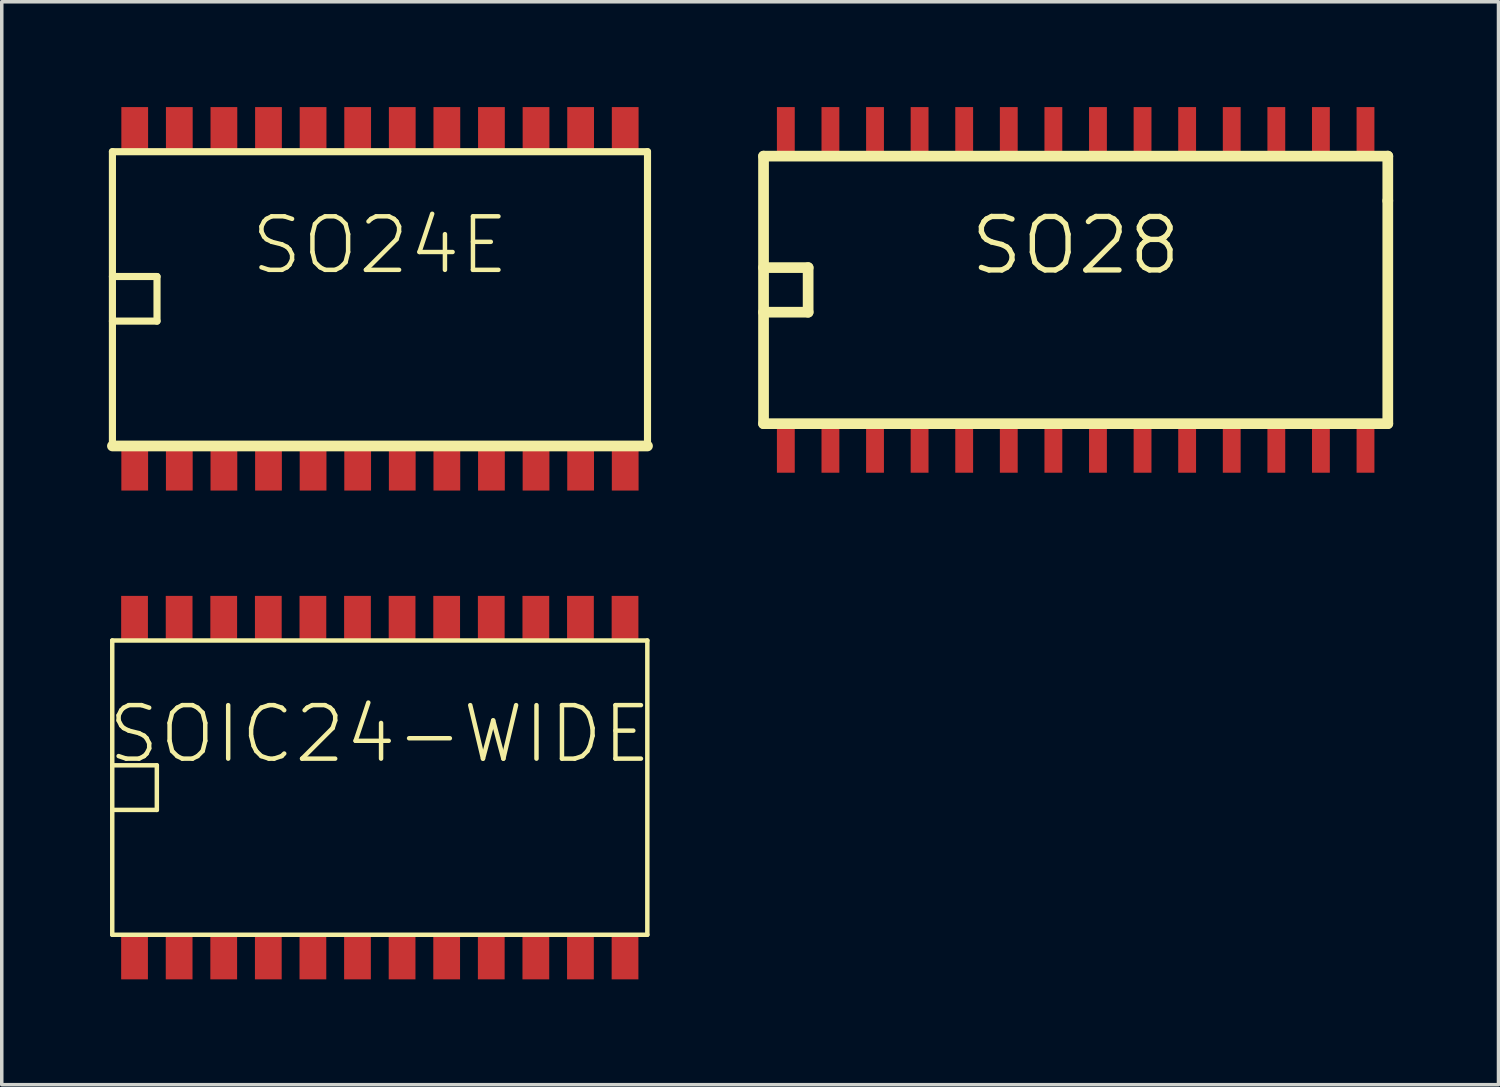
<source format=kicad_pcb>
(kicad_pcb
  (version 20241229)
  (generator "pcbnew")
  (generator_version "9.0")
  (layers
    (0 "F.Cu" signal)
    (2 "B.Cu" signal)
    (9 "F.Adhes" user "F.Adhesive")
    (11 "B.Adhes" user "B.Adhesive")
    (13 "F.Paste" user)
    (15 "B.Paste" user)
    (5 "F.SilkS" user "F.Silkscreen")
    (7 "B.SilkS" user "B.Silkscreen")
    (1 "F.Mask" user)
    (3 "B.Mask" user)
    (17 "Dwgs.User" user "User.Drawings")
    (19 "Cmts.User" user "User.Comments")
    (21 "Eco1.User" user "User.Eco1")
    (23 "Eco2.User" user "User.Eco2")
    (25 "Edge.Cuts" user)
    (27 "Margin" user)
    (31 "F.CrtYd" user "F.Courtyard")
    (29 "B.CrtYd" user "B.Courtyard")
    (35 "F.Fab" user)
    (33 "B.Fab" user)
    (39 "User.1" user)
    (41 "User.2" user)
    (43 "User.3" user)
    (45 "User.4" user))
  (footprint "SO24E"
    (layer "F.Cu")
    (at 7.772 5.461)
    (property "Reference" "SO24E" (at 0 -1.524 0) (layer "F.SilkS") (effects (font (size 1.524 1.524) (thickness 0.127))))
    (attr smd)
    (fp_line (start -7.62 -4.191) (end -7.62 4.191) (stroke (width 0.203) (type solid)) (layer "F.SilkS"))
    (fp_line (start -7.62 -0.635) (end -6.35 -0.635) (stroke (width 0.203) (type solid)) (layer "F.SilkS"))
    (fp_line (start -7.62 4.191) (end 7.62 4.191) (stroke (width 0.305) (type solid)) (layer "F.SilkS"))
    (fp_line (start -6.35 -0.635) (end -6.35 0.635) (stroke (width 0.203) (type solid)) (layer "F.SilkS"))
    (fp_line (start -6.35 0.635) (end -7.62 0.635) (stroke (width 0.203) (type solid)) (layer "F.SilkS"))
    (fp_line (start 7.62 -4.191) (end -7.62 -4.191) (stroke (width 0.203) (type solid)) (layer "F.SilkS"))
    (fp_line (start 7.62 4.191) (end 7.62 -4.191) (stroke (width 0.203) (type solid)) (layer "F.SilkS"))
    (pad "1" smd rect (at -6.985 4.826) (size 0.762 1.27) (layers "F.Cu" "F.Mask" "F.Paste"))
    (pad "2" smd rect (at -5.715 4.826) (size 0.762 1.27) (layers "F.Cu" "F.Mask" "F.Paste"))
    (pad "3" smd rect (at -4.445 4.826) (size 0.762 1.27) (layers "F.Cu" "F.Mask" "F.Paste"))
    (pad "4" smd rect (at -3.175 4.826) (size 0.762 1.27) (layers "F.Cu" "F.Mask" "F.Paste"))
    (pad "5" smd rect (at -1.905 4.826) (size 0.762 1.27) (layers "F.Cu" "F.Mask" "F.Paste"))
    (pad "6" smd rect (at -0.635 4.826) (size 0.762 1.27) (layers "F.Cu" "F.Mask" "F.Paste"))
    (pad "7" smd rect (at 0.635 4.826) (size 0.762 1.27) (layers "F.Cu" "F.Mask" "F.Paste"))
    (pad "8" smd rect (at 1.905 4.826) (size 0.762 1.27) (layers "F.Cu" "F.Mask" "F.Paste"))
    (pad "9" smd rect (at 3.175 4.826) (size 0.762 1.27) (layers "F.Cu" "F.Mask" "F.Paste"))
    (pad "10" smd rect (at 4.445 4.826) (size 0.762 1.27) (layers "F.Cu" "F.Mask" "F.Paste"))
    (pad "11" smd rect (at 5.715 4.826) (size 0.762 1.27) (layers "F.Cu" "F.Mask" "F.Paste"))
    (pad "12" smd rect (at 6.985 4.826) (size 0.762 1.27) (layers "F.Cu" "F.Mask" "F.Paste"))
    (pad "13" smd rect (at 6.985 -4.826) (size 0.762 1.27) (layers "F.Cu" "F.Mask" "F.Paste"))
    (pad "14" smd rect (at 5.715 -4.826) (size 0.762 1.27) (layers "F.Cu" "F.Mask" "F.Paste"))
    (pad "15" smd rect (at 4.445 -4.826) (size 0.762 1.27) (layers "F.Cu" "F.Mask" "F.Paste"))
    (pad "16" smd rect (at 3.175 -4.826) (size 0.762 1.27) (layers "F.Cu" "F.Mask" "F.Paste"))
    (pad "17" smd rect (at 1.905 -4.826) (size 0.762 1.27) (layers "F.Cu" "F.Mask" "F.Paste"))
    (pad "18" smd rect (at 0.635 -4.826) (size 0.762 1.27) (layers "F.Cu" "F.Mask" "F.Paste"))
    (pad "19" smd rect (at -0.635 -4.826) (size 0.762 1.27) (layers "F.Cu" "F.Mask" "F.Paste"))
    (pad "20" smd rect (at -1.905 -4.826) (size 0.762 1.27) (layers "F.Cu" "F.Mask" "F.Paste"))
    (pad "21" smd rect (at -3.175 -4.826) (size 0.762 1.27) (layers "F.Cu" "F.Mask" "F.Paste"))
    (pad "22" smd rect (at -4.445 -4.826) (size 0.762 1.27) (layers "F.Cu" "F.Mask" "F.Paste"))
    (pad "23" smd rect (at -5.715 -4.826) (size 0.762 1.27) (layers "F.Cu" "F.Mask" "F.Paste"))
    (pad "24" smd rect (at -6.985 -4.826) (size 0.762 1.27) (layers "F.Cu" "F.Mask" "F.Paste")))
  (footprint "SOIC24-WIDE"
    (layer "F.Cu")
    (at 7.767 19.383)
    (property "Reference" "SOIC24-WIDE" (at 0 -1.524 0) (layer "F.SilkS") (effects (font (size 1.524 1.524) (thickness 0.127))))
    (attr smd)
    (fp_line (start -7.62 -4.191) (end -7.62 4.191) (stroke (width 0.127) (type solid)) (layer "F.SilkS"))
    (fp_line (start -7.62 -0.635) (end -6.35 -0.635) (stroke (width 0.127) (type solid)) (layer "F.SilkS"))
    (fp_line (start -7.62 4.191) (end 7.62 4.191) (stroke (width 0.127) (type solid)) (layer "F.SilkS"))
    (fp_line (start -6.35 -0.635) (end -6.35 0.635) (stroke (width 0.127) (type solid)) (layer "F.SilkS"))
    (fp_line (start -6.35 0.635) (end -7.62 0.635) (stroke (width 0.127) (type solid)) (layer "F.SilkS"))
    (fp_line (start 7.62 -4.191) (end -7.62 -4.191) (stroke (width 0.127) (type solid)) (layer "F.SilkS"))
    (fp_line (start 7.62 4.191) (end 7.62 -4.191) (stroke (width 0.127) (type solid)) (layer "F.SilkS"))
    (pad "1" smd rect (at -6.985 4.826) (size 0.762 1.27) (layers "F.Cu" "F.Mask" "F.Paste"))
    (pad "2" smd rect (at -5.715 4.826) (size 0.762 1.27) (layers "F.Cu" "F.Mask" "F.Paste"))
    (pad "3" smd rect (at -4.445 4.826) (size 0.762 1.27) (layers "F.Cu" "F.Mask" "F.Paste"))
    (pad "4" smd rect (at -3.175 4.826) (size 0.762 1.27) (layers "F.Cu" "F.Mask" "F.Paste"))
    (pad "5" smd rect (at -1.905 4.826) (size 0.762 1.27) (layers "F.Cu" "F.Mask" "F.Paste"))
    (pad "6" smd rect (at -0.635 4.826) (size 0.762 1.27) (layers "F.Cu" "F.Mask" "F.Paste"))
    (pad "7" smd rect (at 0.635 4.826) (size 0.762 1.27) (layers "F.Cu" "F.Mask" "F.Paste"))
    (pad "8" smd rect (at 1.905 4.826) (size 0.762 1.27) (layers "F.Cu" "F.Mask" "F.Paste"))
    (pad "9" smd rect (at 3.175 4.826) (size 0.762 1.27) (layers "F.Cu" "F.Mask" "F.Paste"))
    (pad "10" smd rect (at 4.445 4.826) (size 0.762 1.27) (layers "F.Cu" "F.Mask" "F.Paste"))
    (pad "11" smd rect (at 5.715 4.826) (size 0.762 1.27) (layers "F.Cu" "F.Mask" "F.Paste"))
    (pad "12" smd rect (at 6.985 4.826) (size 0.762 1.27) (layers "F.Cu" "F.Mask" "F.Paste"))
    (pad "13" smd rect (at 6.985 -4.826) (size 0.762 1.27) (layers "F.Cu" "F.Mask" "F.Paste"))
    (pad "14" smd rect (at 5.715 -4.826) (size 0.762 1.27) (layers "F.Cu" "F.Mask" "F.Paste"))
    (pad "15" smd rect (at 4.445 -4.826) (size 0.762 1.27) (layers "F.Cu" "F.Mask" "F.Paste"))
    (pad "16" smd rect (at 3.175 -4.826) (size 0.762 1.27) (layers "F.Cu" "F.Mask" "F.Paste"))
    (pad "17" smd rect (at 1.905 -4.826) (size 0.762 1.27) (layers "F.Cu" "F.Mask" "F.Paste"))
    (pad "18" smd rect (at 0.635 -4.826) (size 0.762 1.27) (layers "F.Cu" "F.Mask" "F.Paste"))
    (pad "19" smd rect (at -0.635 -4.826) (size 0.762 1.27) (layers "F.Cu" "F.Mask" "F.Paste"))
    (pad "20" smd rect (at -1.905 -4.826) (size 0.762 1.27) (layers "F.Cu" "F.Mask" "F.Paste"))
    (pad "21" smd rect (at -3.175 -4.826) (size 0.762 1.27) (layers "F.Cu" "F.Mask" "F.Paste"))
    (pad "22" smd rect (at -4.445 -4.826) (size 0.762 1.27) (layers "F.Cu" "F.Mask" "F.Paste"))
    (pad "23" smd rect (at -5.715 -4.826) (size 0.762 1.27) (layers "F.Cu" "F.Mask" "F.Paste"))
    (pad "24" smd rect (at -6.985 -4.826) (size 0.762 1.27) (layers "F.Cu" "F.Mask" "F.Paste")))
  (footprint "SO28"
    (layer "F.Cu")
    (at 27.587 5.207)
    (property "Reference" "SO28" (at 0 -1.265 0) (layer "F.SilkS") (effects (font (size 1.524 1.524) (thickness 0.152))))
    (attr smd)
    (fp_line (start -8.89 -3.81) (end 8.89 -3.81) (stroke (width 0.305) (type solid)) (layer "F.SilkS"))
    (fp_line (start -8.89 -0.635) (end -7.62 -0.635) (stroke (width 0.305) (type solid)) (layer "F.SilkS"))
    (fp_line (start -8.89 3.81) (end -8.89 -3.81) (stroke (width 0.305) (type solid)) (layer "F.SilkS"))
    (fp_line (start -7.62 -0.635) (end -7.62 0.635) (stroke (width 0.305) (type solid)) (layer "F.SilkS"))
    (fp_line (start -7.62 0.635) (end -8.89 0.635) (stroke (width 0.305) (type solid)) (layer "F.SilkS"))
    (fp_line (start 8.89 -3.81) (end 8.89 -2.54) (stroke (width 0.305) (type solid)) (layer "F.SilkS"))
    (fp_line (start 8.89 -2.54) (end 8.89 3.81) (stroke (width 0.305) (type solid)) (layer "F.SilkS"))
    (fp_line (start 8.89 3.81) (end -8.89 3.81) (stroke (width 0.305) (type solid)) (layer "F.SilkS"))
    (pad "1" smd rect (at -8.255 4.572) (size 0.508 1.27) (layers "F.Cu" "F.Mask" "F.Paste"))
    (pad "2" smd rect (at -6.985 4.572) (size 0.508 1.27) (layers "F.Cu" "F.Mask" "F.Paste"))
    (pad "3" smd rect (at -5.715 4.572) (size 0.508 1.27) (layers "F.Cu" "F.Mask" "F.Paste"))
    (pad "4" smd rect (at -4.445 4.572) (size 0.508 1.27) (layers "F.Cu" "F.Mask" "F.Paste"))
    (pad "5" smd rect (at -3.175 4.572) (size 0.508 1.27) (layers "F.Cu" "F.Mask" "F.Paste"))
    (pad "6" smd rect (at -1.905 4.572) (size 0.508 1.27) (layers "F.Cu" "F.Mask" "F.Paste"))
    (pad "7" smd rect (at -0.635 4.572) (size 0.508 1.27) (layers "F.Cu" "F.Mask" "F.Paste"))
    (pad "8" smd rect (at 0.635 4.572) (size 0.508 1.27) (layers "F.Cu" "F.Mask" "F.Paste"))
    (pad "9" smd rect (at 1.905 4.572) (size 0.508 1.27) (layers "F.Cu" "F.Mask" "F.Paste"))
    (pad "10" smd rect (at 3.175 4.572) (size 0.508 1.27) (layers "F.Cu" "F.Mask" "F.Paste"))
    (pad "11" smd rect (at 4.445 4.572) (size 0.508 1.27) (layers "F.Cu" "F.Mask" "F.Paste"))
    (pad "12" smd rect (at 5.715 4.572) (size 0.508 1.27) (layers "F.Cu" "F.Mask" "F.Paste"))
    (pad "13" smd rect (at 6.985 4.572) (size 0.508 1.27) (layers "F.Cu" "F.Mask" "F.Paste"))
    (pad "14" smd rect (at 8.255 4.572) (size 0.508 1.27) (layers "F.Cu" "F.Mask" "F.Paste"))
    (pad "15" smd rect (at 8.255 -4.572) (size 0.508 1.27) (layers "F.Cu" "F.Mask" "F.Paste"))
    (pad "16" smd rect (at 6.985 -4.572) (size 0.508 1.27) (layers "F.Cu" "F.Mask" "F.Paste"))
    (pad "17" smd rect (at 5.715 -4.572) (size 0.508 1.27) (layers "F.Cu" "F.Mask" "F.Paste"))
    (pad "18" smd rect (at 4.445 -4.572) (size 0.508 1.27) (layers "F.Cu" "F.Mask" "F.Paste"))
    (pad "19" smd rect (at 3.175 -4.572) (size 0.508 1.27) (layers "F.Cu" "F.Mask" "F.Paste"))
    (pad "20" smd rect (at 1.905 -4.572) (size 0.508 1.27) (layers "F.Cu" "F.Mask" "F.Paste"))
    (pad "21" smd rect (at 0.635 -4.572) (size 0.508 1.27) (layers "F.Cu" "F.Mask" "F.Paste"))
    (pad "22" smd rect (at -0.635 -4.572) (size 0.508 1.27) (layers "F.Cu" "F.Mask" "F.Paste"))
    (pad "23" smd rect (at -1.905 -4.572) (size 0.508 1.27) (layers "F.Cu" "F.Mask" "F.Paste"))
    (pad "24" smd rect (at -3.175 -4.572) (size 0.508 1.27) (layers "F.Cu" "F.Mask" "F.Paste"))
    (pad "25" smd rect (at -4.445 -4.572) (size 0.508 1.27) (layers "F.Cu" "F.Mask" "F.Paste"))
    (pad "26" smd rect (at -5.715 -4.572) (size 0.508 1.27) (layers "F.Cu" "F.Mask" "F.Paste"))
    (pad "27" smd rect (at -6.985 -4.572) (size 0.508 1.27) (layers "F.Cu" "F.Mask" "F.Paste"))
    (pad "28" smd rect (at -8.255 -4.572) (size 0.508 1.27) (layers "F.Cu" "F.Mask" "F.Paste")))
  (gr_rect
    (start -3 -3)
    (end 39.63 27.844)
    (stroke (width 0.1) (type default))
    (fill no)
    (layer "Edge.Cuts")))
</source>
